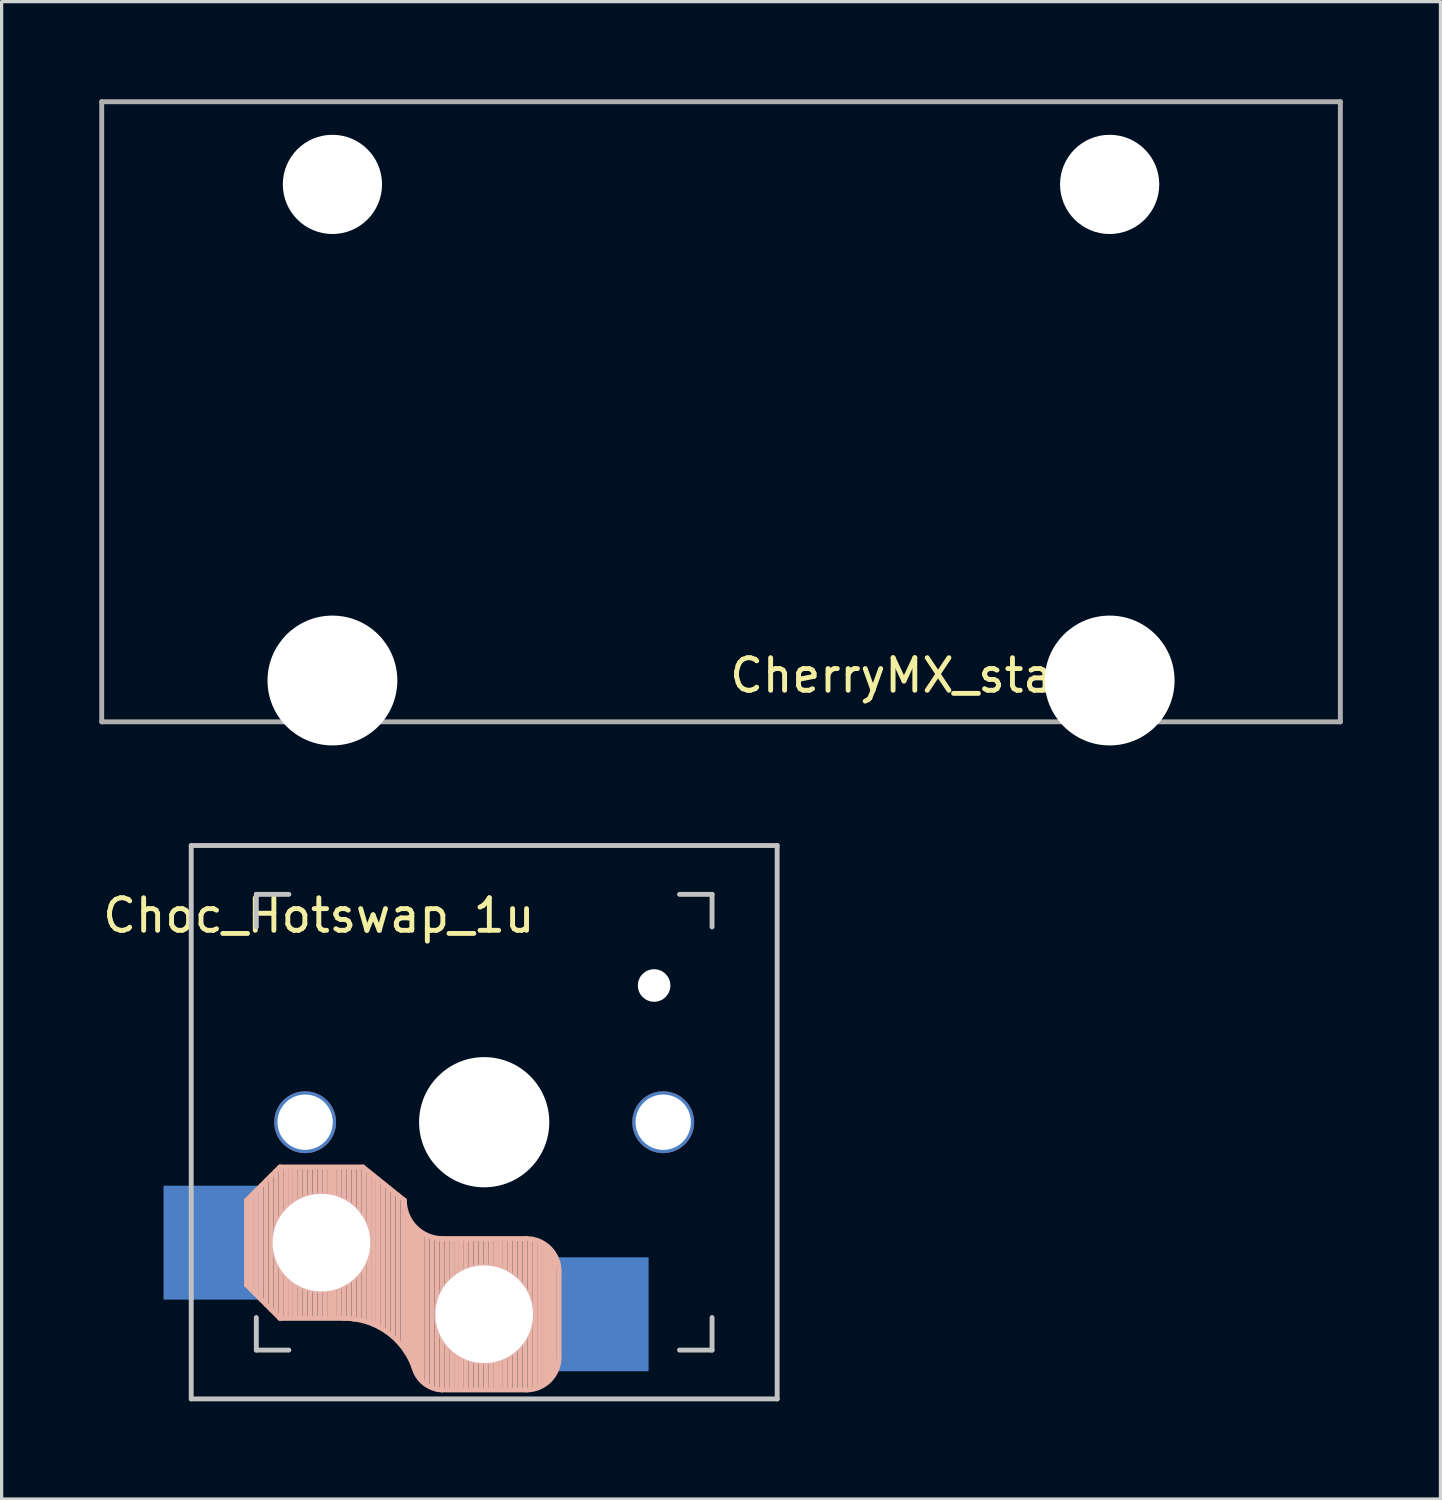
<source format=kicad_pcb>
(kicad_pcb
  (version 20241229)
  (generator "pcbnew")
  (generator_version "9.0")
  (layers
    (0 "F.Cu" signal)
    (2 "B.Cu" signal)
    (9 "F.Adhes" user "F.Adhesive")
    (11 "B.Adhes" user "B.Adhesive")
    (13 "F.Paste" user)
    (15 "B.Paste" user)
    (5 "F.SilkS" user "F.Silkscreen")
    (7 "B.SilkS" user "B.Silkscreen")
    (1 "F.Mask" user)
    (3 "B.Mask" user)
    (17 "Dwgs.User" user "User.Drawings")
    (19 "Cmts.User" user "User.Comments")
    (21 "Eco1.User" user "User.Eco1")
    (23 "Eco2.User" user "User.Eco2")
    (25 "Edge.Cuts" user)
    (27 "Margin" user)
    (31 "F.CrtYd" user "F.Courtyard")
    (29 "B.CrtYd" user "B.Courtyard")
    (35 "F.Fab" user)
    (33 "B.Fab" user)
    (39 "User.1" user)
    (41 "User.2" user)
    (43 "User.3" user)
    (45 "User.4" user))
  (footprint "CherryMX_stab_2u"
    (layer "F.Cu")
    (at 19.1 9.6)
    (property "Reference" "CherryMX_stab_2u" (at 7 8.1 0) (layer "F.SilkS") (effects (font (size 1 1) (thickness 0.15))))
    (attr smd)
    (fp_line (start -18 -9) (end 18 -9) (stroke (width 0.15) (type solid)) (layer "Eco2.User"))
    (fp_line (start -18 9) (end -18 -9) (stroke (width 0.15) (type solid)) (layer "Eco2.User"))
    (fp_line (start 18 -9) (end 18 9) (stroke (width 0.15) (type solid)) (layer "Eco2.User"))
    (fp_line (start 18 9) (end -18 9) (stroke (width 0.15) (type solid)) (layer "Eco2.User"))
    (fp_line (start -19.025 -9.525) (end -19.025 9.525) (stroke (width 0.15) (type solid)) (layer "F.Fab"))
    (fp_line (start -19.025 9.525) (end 19.025 9.525) (stroke (width 0.15) (type solid)) (layer "F.Fab"))
    (fp_line (start 19.025 -9.525) (end -19.025 -9.525) (stroke (width 0.15) (type solid)) (layer "F.Fab"))
    (fp_line (start 19.025 9.525) (end 19.025 -9.525) (stroke (width 0.15) (type solid)) (layer "F.Fab"))
    (pad "" np_thru_hole circle (at -11.938 -6.985 180) (size 3.048 3.048) (drill 3.048) (layers "*.Cu" "*.Mask"))
    (pad "" np_thru_hole circle (at -11.938 8.255 180) (size 3.988 3.988) (drill 3.988) (layers "*.Cu" "*.Mask"))
    (pad "" np_thru_hole circle (at 11.938 -6.985 180) (size 3.048 3.048) (drill 3.048) (layers "*.Cu" "*.Mask"))
    (pad "" np_thru_hole circle (at 11.938 8.255 180) (size 3.988 3.988) (drill 3.988) (layers "*.Cu" "*.Mask")))
  (footprint "Choc_Hotswap_1u"
    (layer "F.Cu")
    (at 11.824 31.424)
    (property "Reference" "Choc_Hotswap_1u" (at -5.08 -6.35 180) (layer "F.SilkS") (effects (font (size 1 1) (thickness 0.15))))
    (attr through_hole)
    (fp_line (start -7.3 2.4) (end -7.3 5) (stroke (width 0.15) (type solid)) (layer "B.SilkS"))
    (fp_line (start -7.3 2.4) (end -6.275 1.375) (stroke (width 0.15) (type solid)) (layer "B.SilkS"))
    (fp_line (start -7.3 5) (end -6.275 6.025) (stroke (width 0.15) (type solid)) (layer "B.SilkS"))
    (fp_line (start -7.15 5.15) (end -7.15 2.25) (stroke (width 0.15) (type solid)) (layer "B.SilkS"))
    (fp_line (start -7 5.25) (end -7 2.1) (stroke (width 0.15) (type solid)) (layer "B.SilkS"))
    (fp_line (start -6.85 5.45) (end -6.85 1.95) (stroke (width 0.15) (type solid)) (layer "B.SilkS"))
    (fp_line (start -6.7 5.6) (end -6.7 1.8) (stroke (width 0.15) (type solid)) (layer "B.SilkS"))
    (fp_line (start -6.55 5.75) (end -6.55 1.65) (stroke (width 0.15) (type solid)) (layer "B.SilkS"))
    (fp_line (start -6.4 5.85) (end -6.4 1.5) (stroke (width 0.15) (type solid)) (layer "B.SilkS"))
    (fp_line (start -6.25 6) (end -6.25 1.4) (stroke (width 0.15) (type solid)) (layer "B.SilkS"))
    (fp_line (start -6.1 6) (end -6.1 1.4) (stroke (width 0.15) (type solid)) (layer "B.SilkS"))
    (fp_line (start -5.95 6) (end -5.95 1.4) (stroke (width 0.15) (type solid)) (layer "B.SilkS"))
    (fp_line (start -5.8 6) (end -5.8 1.4) (stroke (width 0.15) (type solid)) (layer "B.SilkS"))
    (fp_line (start -5.65 6) (end -5.65 1.4) (stroke (width 0.15) (type solid)) (layer "B.SilkS"))
    (fp_line (start -5.5 6) (end -5.5 1.4) (stroke (width 0.15) (type solid)) (layer "B.SilkS"))
    (fp_line (start -5.35 6) (end -5.35 1.4) (stroke (width 0.15) (type solid)) (layer "B.SilkS"))
    (fp_line (start -5.2 6) (end -5.2 1.4) (stroke (width 0.15) (type solid)) (layer "B.SilkS"))
    (fp_line (start -5.05 6) (end -5.05 1.4) (stroke (width 0.15) (type solid)) (layer "B.SilkS"))
    (fp_line (start -4.9 6) (end -4.9 1.4) (stroke (width 0.15) (type solid)) (layer "B.SilkS"))
    (fp_line (start -4.75 6) (end -4.75 1.4) (stroke (width 0.15) (type solid)) (layer "B.SilkS"))
    (fp_line (start -4.6 6) (end -4.6 1.4) (stroke (width 0.15) (type solid)) (layer "B.SilkS"))
    (fp_line (start -4.45 6) (end -4.45 1.4) (stroke (width 0.15) (type solid)) (layer "B.SilkS"))
    (fp_line (start -4.3 6) (end -4.3 1.4) (stroke (width 0.15) (type solid)) (layer "B.SilkS"))
    (fp_line (start -4.3 6.025) (end -6.275 6.025) (stroke (width 0.15) (type solid)) (layer "B.SilkS"))
    (fp_line (start -4.15 6) (end -4.15 1.45) (stroke (width 0.15) (type solid)) (layer "B.SilkS"))
    (fp_line (start -4 6.05) (end -4 1.4) (stroke (width 0.15) (type solid)) (layer "B.SilkS"))
    (fp_line (start -3.85 6.05) (end -3.85 1.4) (stroke (width 0.15) (type solid)) (layer "B.SilkS"))
    (fp_line (start -3.725 1.375) (end -6.275 1.375) (stroke (width 0.15) (type solid)) (layer "B.SilkS"))
    (fp_line (start -3.725 1.375) (end -2.45 2.4) (stroke (width 0.15) (type solid)) (layer "B.SilkS"))
    (fp_line (start -3.7 6.05) (end -3.7 1.45) (stroke (width 0.15) (type solid)) (layer "B.SilkS"))
    (fp_line (start -3.55 6.1) (end -3.55 1.55) (stroke (width 0.15) (type solid)) (layer "B.SilkS"))
    (fp_line (start -3.4 6.2) (end -3.4 1.65) (stroke (width 0.15) (type solid)) (layer "B.SilkS"))
    (fp_line (start -3.25 6.25) (end -3.25 1.8) (stroke (width 0.15) (type solid)) (layer "B.SilkS"))
    (fp_line (start -3.1 6.35) (end -3.1 1.9) (stroke (width 0.15) (type solid)) (layer "B.SilkS"))
    (fp_line (start -2.95 6.45) (end -2.95 2.05) (stroke (width 0.15) (type solid)) (layer "B.SilkS"))
    (fp_line (start -2.8 6.55) (end -2.8 2.15) (stroke (width 0.15) (type solid)) (layer "B.SilkS"))
    (fp_line (start -2.65 6.7) (end -2.65 2.25) (stroke (width 0.15) (type solid)) (layer "B.SilkS"))
    (fp_line (start -2.5 6.85) (end -2.5 2.4) (stroke (width 0.15) (type solid)) (layer "B.SilkS"))
    (fp_line (start -2.4 7.05) (end -2.4 2.9) (stroke (width 0.15) (type solid)) (layer "B.SilkS"))
    (fp_line (start -2.3 7.2) (end -2.3 3.05) (stroke (width 0.15) (type solid)) (layer "B.SilkS"))
    (fp_line (start -2.2 7.4) (end -2.2 3.25) (stroke (width 0.15) (type solid)) (layer "B.SilkS"))
    (fp_line (start -2.1 7.55) (end -2.1 3.35) (stroke (width 0.15) (type solid)) (layer "B.SilkS"))
    (fp_line (start -2 7.8) (end -2 3.4) (stroke (width 0.15) (type solid)) (layer "B.SilkS"))
    (fp_line (start -1.9 7.95) (end -1.9 3.45) (stroke (width 0.15) (type solid)) (layer "B.SilkS"))
    (fp_line (start -1.75 8.05) (end -1.75 3.5) (stroke (width 0.15) (type solid)) (layer "B.SilkS"))
    (fp_line (start -1.6 8.15) (end -1.6 3.6) (stroke (width 0.15) (type solid)) (layer "B.SilkS"))
    (fp_line (start -1.45 8.2) (end -1.45 3.6) (stroke (width 0.15) (type solid)) (layer "B.SilkS"))
    (fp_line (start -1.3 8.2) (end -1.3 3.6) (stroke (width 0.15) (type solid)) (layer "B.SilkS"))
    (fp_line (start -1.15 8.2) (end -1.15 3.65) (stroke (width 0.15) (type solid)) (layer "B.SilkS"))
    (fp_line (start -1 8.2) (end -1 3.6) (stroke (width 0.15) (type solid)) (layer "B.SilkS"))
    (fp_line (start -0.85 8.2) (end -0.85 3.6) (stroke (width 0.15) (type solid)) (layer "B.SilkS"))
    (fp_line (start -0.7 8.2) (end -0.7 3.6) (stroke (width 0.15) (type solid)) (layer "B.SilkS"))
    (fp_line (start -0.55 8.2) (end -0.55 3.6) (stroke (width 0.15) (type solid)) (layer "B.SilkS"))
    (fp_line (start -0.4 8.2) (end -0.4 3.6) (stroke (width 0.15) (type solid)) (layer "B.SilkS"))
    (fp_line (start -0.25 8.2) (end -0.25 3.6) (stroke (width 0.15) (type solid)) (layer "B.SilkS"))
    (fp_line (start -0.1 8.2) (end -0.1 3.6) (stroke (width 0.15) (type solid)) (layer "B.SilkS"))
    (fp_line (start 0.05 8.2) (end 0.05 3.6) (stroke (width 0.15) (type solid)) (layer "B.SilkS"))
    (fp_line (start 0.2 8.2) (end 0.2 3.6) (stroke (width 0.15) (type solid)) (layer "B.SilkS"))
    (fp_line (start 0.35 8.2) (end 0.35 3.6) (stroke (width 0.15) (type solid)) (layer "B.SilkS"))
    (fp_line (start 0.5 8.2) (end 0.5 3.6) (stroke (width 0.15) (type solid)) (layer "B.SilkS"))
    (fp_line (start 0.65 8.2) (end 0.65 3.6) (stroke (width 0.15) (type solid)) (layer "B.SilkS"))
    (fp_line (start 0.8 8.2) (end 0.8 3.6) (stroke (width 0.15) (type solid)) (layer "B.SilkS"))
    (fp_line (start 0.95 8.2) (end 0.95 3.6) (stroke (width 0.15) (type solid)) (layer "B.SilkS"))
    (fp_line (start 1.1 8.2) (end 1.1 3.6) (stroke (width 0.15) (type solid)) (layer "B.SilkS"))
    (fp_line (start 1.25 8.2) (end 1.25 3.6) (stroke (width 0.15) (type solid)) (layer "B.SilkS"))
    (fp_line (start 1.3 3.575) (end -1.275 3.575) (stroke (width 0.15) (type solid)) (layer "B.SilkS"))
    (fp_line (start 1.3 8.225) (end -1.3 8.225) (stroke (width 0.15) (type solid)) (layer "B.SilkS"))
    (fp_line (start 1.4 8.2) (end 1.4 3.65) (stroke (width 0.15) (type solid)) (layer "B.SilkS"))
    (fp_line (start 1.55 8.15) (end 1.55 3.65) (stroke (width 0.15) (type solid)) (layer "B.SilkS"))
    (fp_line (start 1.7 8.1) (end 1.7 3.7) (stroke (width 0.15) (type solid)) (layer "B.SilkS"))
    (fp_line (start 1.85 8) (end 1.85 3.8) (stroke (width 0.15) (type solid)) (layer "B.SilkS"))
    (fp_line (start 1.95 7.9) (end 1.95 3.95) (stroke (width 0.15) (type solid)) (layer "B.SilkS"))
    (fp_line (start 2.05 7.8) (end 2.05 4.05) (stroke (width 0.15) (type solid)) (layer "B.SilkS"))
    (fp_line (start 2.15 7.65) (end 2.15 4.1) (stroke (width 0.15) (type solid)) (layer "B.SilkS"))
    (fp_line (start 2.3 4.575) (end 2.3 7.225) (stroke (width 0.15) (type solid)) (layer "B.SilkS"))
    (fp_arc (start -4.3 6.025) (mid -2.995114 6.436429) (end -2.162199 7.521904) (stroke (width 0.15) (type solid)) (layer "B.SilkS"))
    (fp_arc (start -1.300995 8.223791) (mid -1.848284 8.016021) (end -2.162199 7.521904) (stroke (width 0.15) (type solid)) (layer "B.SilkS"))
    (fp_arc (start -1.275 3.575) (mid -2.10585 3.23085) (end -2.45 2.4) (stroke (width 0.15) (type solid)) (layer "B.SilkS"))
    (fp_arc (start 1.3 3.575) (mid 2.007107 3.867893) (end 2.3 4.575) (stroke (width 0.15) (type solid)) (layer "B.SilkS"))
    (fp_arc (start 2.3 7.225) (mid 2.007107 7.932107) (end 1.3 8.225) (stroke (width 0.15) (type solid)) (layer "B.SilkS"))
    (fp_line (start -9 -8.5) (end 9 -8.5) (stroke (width 0.15) (type solid)) (layer "Dwgs.User"))
    (fp_line (start -9 8.5) (end -9 -8.5) (stroke (width 0.15) (type solid)) (layer "Dwgs.User"))
    (fp_line (start -7 -7) (end -6 -7) (stroke (width 0.15) (type solid)) (layer "Dwgs.User"))
    (fp_line (start -7 -6) (end -7 -7) (stroke (width 0.15) (type solid)) (layer "Dwgs.User"))
    (fp_line (start -7 7) (end -7 6) (stroke (width 0.15) (type solid)) (layer "Dwgs.User"))
    (fp_line (start -6 7) (end -7 7) (stroke (width 0.15) (type solid)) (layer "Dwgs.User"))
    (fp_line (start 6 7) (end 7 7) (stroke (width 0.15) (type solid)) (layer "Dwgs.User"))
    (fp_line (start 7 -7) (end 6 -7) (stroke (width 0.15) (type solid)) (layer "Dwgs.User"))
    (fp_line (start 7 -6) (end 7 -7) (stroke (width 0.15) (type solid)) (layer "Dwgs.User"))
    (fp_line (start 7 7) (end 7 6) (stroke (width 0.15) (type solid)) (layer "Dwgs.User"))
    (fp_line (start 9 -8.5) (end 9 8.5) (stroke (width 0.15) (type solid)) (layer "Dwgs.User"))
    (fp_line (start 9 8.5) (end -9 8.5) (stroke (width 0.15) (type solid)) (layer "Dwgs.User"))
    (pad "" np_thru_hole circle (at -5.5 0 90) (size 1.9 1.9) (drill 1.7) (layers "*.Cu" "*.Mask"))
    (pad "" np_thru_hole circle (at -5 3.7 90) (size 3.1 3.1) (drill 3) (layers "*.Cu" "*.Mask"))
    (pad "" np_thru_hole circle (at 0 0 90) (size 4 4) (drill 4) (layers "*.Cu" "*.Mask"))
    (pad "" np_thru_hole circle (at 0 5.9 90) (size 3.1 3.1) (drill 3) (layers "*.Cu" "*.Mask"))
    (pad "" np_thru_hole circle (at 5.22 -4.2) (size 1 1) (drill 1) (layers "*.Cu" "*.Mask"))
    (pad "" np_thru_hole circle (at 5.5 0 90) (size 1.9 1.9) (drill 1.7) (layers "*.Cu" "*.Mask"))
    (pad "1" smd rect (at -8.35 3.7 180) (size 3 3.5) (layers "B.Cu" "B.Mask" "B.Paste"))
    (pad "2" smd rect (at 3.55 5.9 180) (size 3 3.5) (layers "B.Cu" "B.Mask" "B.Paste")))
  (gr_rect
    (start -3 -3)
    (end 41.2 42.999)
    (stroke (width 0.1) (type default))
    (fill no)
    (layer "Edge.Cuts")))
</source>
